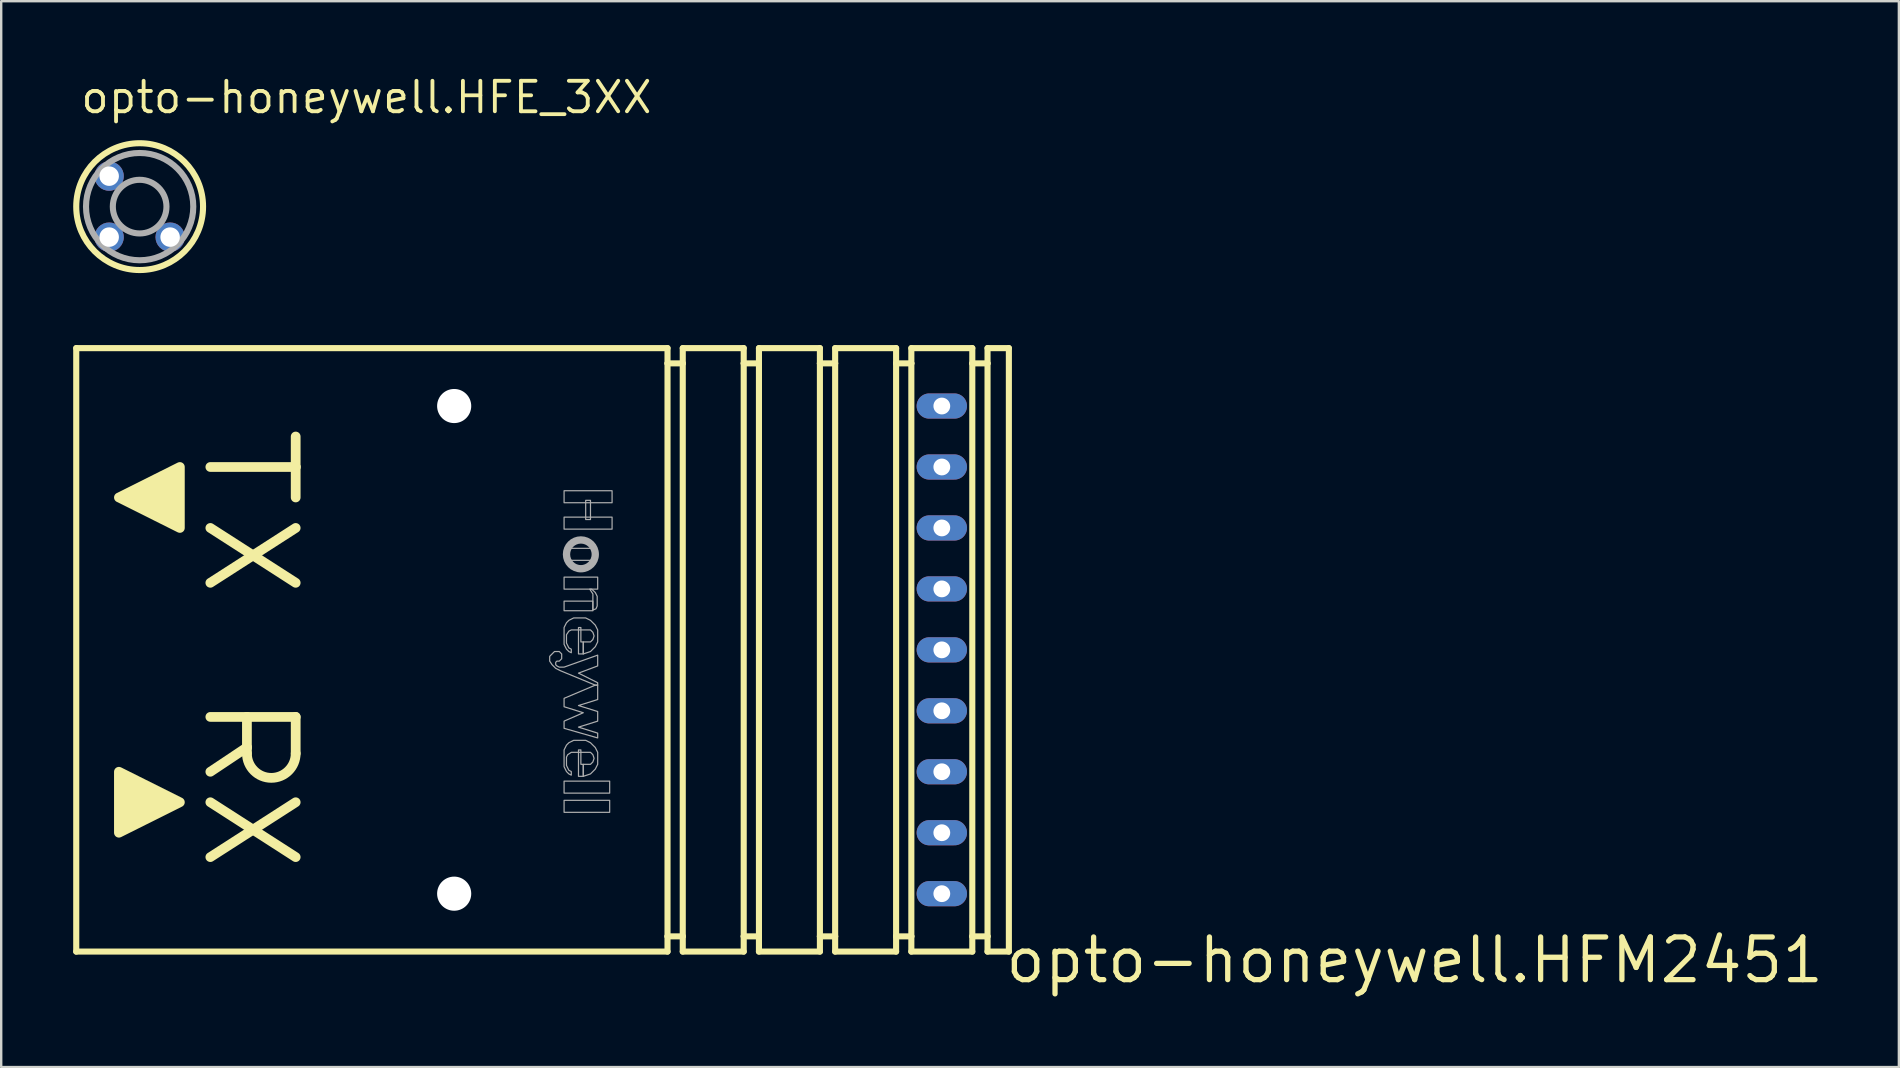
<source format=kicad_pcb>
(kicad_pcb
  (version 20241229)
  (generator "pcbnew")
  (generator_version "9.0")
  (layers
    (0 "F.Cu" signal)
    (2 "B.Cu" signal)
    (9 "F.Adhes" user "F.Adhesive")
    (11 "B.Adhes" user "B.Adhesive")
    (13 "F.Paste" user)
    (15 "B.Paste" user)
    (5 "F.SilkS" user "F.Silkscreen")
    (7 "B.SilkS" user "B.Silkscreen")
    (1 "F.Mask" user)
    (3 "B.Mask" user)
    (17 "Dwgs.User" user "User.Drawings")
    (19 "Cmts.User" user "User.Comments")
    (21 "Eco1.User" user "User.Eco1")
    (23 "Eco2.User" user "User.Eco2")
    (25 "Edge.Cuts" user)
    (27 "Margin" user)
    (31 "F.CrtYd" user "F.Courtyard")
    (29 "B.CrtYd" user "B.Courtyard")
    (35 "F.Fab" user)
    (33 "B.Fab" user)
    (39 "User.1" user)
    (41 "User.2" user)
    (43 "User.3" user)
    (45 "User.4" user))
  (footprint "opto-honeywell.HFE_3XX"
    (layer "F.Cu")
    (at 2.769 5.56)
    (property "Reference" "opto-honeywell.HFE_3XX" (at -2.54 -3.81 0) (layer "F.SilkS") (effects (font (size 1.27 1.27) (thickness 0.16)) (justify left bottom)))
    (attr through_hole)
    (fp_circle (center 0 0) (end 2.642 0) (stroke (width 0.254) (type default)) (fill no) (layer "F.SilkS"))
    (fp_circle (center 0 0) (end 1.118 0) (stroke (width 0.254) (type default)) (fill no) (layer "F.Fab"))
    (fp_circle (center 0 0) (end 2.235 0) (stroke (width 0.254) (type default)) (fill no) (layer "F.Fab"))
    (pad "1" thru_hole circle (at -1.27 -1.27) (size 1.219 1.219) (drill 0.813) (layers "*.Cu" "*.Mask"))
    (pad "2" thru_hole circle (at -1.27 1.27) (size 1.219 1.219) (drill 0.813) (layers "*.Cu" "*.Mask"))
    (pad "3" thru_hole circle (at 1.27 1.27) (size 1.219 1.219) (drill 0.813) (layers "*.Cu" "*.Mask")))
  (footprint "opto-honeywell.HFM2451"
    (layer "F.Cu")
    (at 20.955 24.029)
    (property "Reference" "opto-honeywell.HFM2451" (at 17.78 13.97 180) (layer "F.SilkS") (effects (font (size 1.778 1.778) (thickness 0.22)) (justify left bottom)))
    (attr through_hole)
    (fp_line (start -20.828 -12.573) (end 3.81 -12.573) (stroke (width 0.254) (type default)) (layer "F.SilkS"))
    (fp_line (start -20.828 12.573) (end -20.828 -12.573) (stroke (width 0.254) (type default)) (layer "F.SilkS"))
    (fp_line (start -15.24 2.794) (end -13.716 2.794) (stroke (width 0.406) (type default)) (layer "F.SilkS"))
    (fp_line (start -15.24 6.35) (end -11.684 8.636) (stroke (width 0.406) (type default)) (layer "F.SilkS"))
    (fp_line (start -13.716 2.794) (end -11.684 2.794) (stroke (width 0.406) (type default)) (layer "F.SilkS"))
    (fp_line (start -13.716 4.064) (end -15.24 5.08) (stroke (width 0.406) (type default)) (layer "F.SilkS"))
    (fp_line (start -13.716 4.064) (end -13.716 2.794) (stroke (width 0.406) (type default)) (layer "F.SilkS"))
    (fp_line (start -13.716 4.318) (end -13.716 4.064) (stroke (width 0.406) (type default)) (layer "F.SilkS"))
    (fp_line (start -11.684 -8.89) (end -11.684 -7.62) (stroke (width 0.406) (type default)) (layer "F.SilkS"))
    (fp_line (start -11.684 -7.62) (end -15.24 -7.62) (stroke (width 0.406) (type default)) (layer "F.SilkS"))
    (fp_line (start -11.684 -7.62) (end -11.684 -6.35) (stroke (width 0.406) (type default)) (layer "F.SilkS"))
    (fp_line (start -11.684 -5.08) (end -15.24 -2.794) (stroke (width 0.406) (type default)) (layer "F.SilkS"))
    (fp_line (start -11.684 -2.794) (end -15.24 -5.08) (stroke (width 0.406) (type default)) (layer "F.SilkS"))
    (fp_line (start -11.684 2.794) (end -11.684 4.318) (stroke (width 0.406) (type default)) (layer "F.SilkS"))
    (fp_line (start -11.684 6.35) (end -15.24 8.636) (stroke (width 0.406) (type default)) (layer "F.SilkS"))
    (fp_line (start 3.81 -12.573) (end 3.81 -11.938) (stroke (width 0.254) (type default)) (layer "F.SilkS"))
    (fp_line (start 3.81 -11.938) (end 3.81 11.938) (stroke (width 0.254) (type default)) (layer "F.SilkS"))
    (fp_line (start 3.81 -11.938) (end 4.445 -11.938) (stroke (width 0.254) (type default)) (layer "F.SilkS"))
    (fp_line (start 3.81 11.938) (end 3.81 12.573) (stroke (width 0.254) (type default)) (layer "F.SilkS"))
    (fp_line (start 3.81 12.573) (end -20.828 12.573) (stroke (width 0.254) (type default)) (layer "F.SilkS"))
    (fp_line (start 4.445 -12.573) (end 6.985 -12.573) (stroke (width 0.254) (type default)) (layer "F.SilkS"))
    (fp_line (start 4.445 -11.938) (end 4.445 -12.573) (stroke (width 0.254) (type default)) (layer "F.SilkS"))
    (fp_line (start 4.445 11.938) (end 3.81 11.938) (stroke (width 0.254) (type default)) (layer "F.SilkS"))
    (fp_line (start 4.445 11.938) (end 4.445 -11.938) (stroke (width 0.254) (type default)) (layer "F.SilkS"))
    (fp_line (start 4.445 12.573) (end 4.445 11.938) (stroke (width 0.254) (type default)) (layer "F.SilkS"))
    (fp_line (start 6.985 -12.573) (end 6.985 -11.938) (stroke (width 0.254) (type default)) (layer "F.SilkS"))
    (fp_line (start 6.985 -11.938) (end 6.985 11.938) (stroke (width 0.254) (type default)) (layer "F.SilkS"))
    (fp_line (start 6.985 -11.938) (end 7.62 -11.938) (stroke (width 0.254) (type default)) (layer "F.SilkS"))
    (fp_line (start 6.985 11.938) (end 6.985 12.573) (stroke (width 0.254) (type default)) (layer "F.SilkS"))
    (fp_line (start 6.985 12.573) (end 4.445 12.573) (stroke (width 0.254) (type default)) (layer "F.SilkS"))
    (fp_line (start 7.62 -12.573) (end 10.16 -12.573) (stroke (width 0.254) (type default)) (layer "F.SilkS"))
    (fp_line (start 7.62 -11.938) (end 7.62 -12.573) (stroke (width 0.254) (type default)) (layer "F.SilkS"))
    (fp_line (start 7.62 11.938) (end 6.985 11.938) (stroke (width 0.254) (type default)) (layer "F.SilkS"))
    (fp_line (start 7.62 11.938) (end 7.62 -11.938) (stroke (width 0.254) (type default)) (layer "F.SilkS"))
    (fp_line (start 7.62 12.573) (end 7.62 11.938) (stroke (width 0.254) (type default)) (layer "F.SilkS"))
    (fp_line (start 10.16 -12.573) (end 10.16 -11.938) (stroke (width 0.254) (type default)) (layer "F.SilkS"))
    (fp_line (start 10.16 -11.938) (end 10.16 11.938) (stroke (width 0.254) (type default)) (layer "F.SilkS"))
    (fp_line (start 10.16 -11.938) (end 10.795 -11.938) (stroke (width 0.254) (type default)) (layer "F.SilkS"))
    (fp_line (start 10.16 11.938) (end 10.16 12.573) (stroke (width 0.254) (type default)) (layer "F.SilkS"))
    (fp_line (start 10.16 12.573) (end 7.62 12.573) (stroke (width 0.254) (type default)) (layer "F.SilkS"))
    (fp_line (start 10.795 -12.573) (end 13.335 -12.573) (stroke (width 0.254) (type default)) (layer "F.SilkS"))
    (fp_line (start 10.795 -11.938) (end 10.795 -12.573) (stroke (width 0.254) (type default)) (layer "F.SilkS"))
    (fp_line (start 10.795 11.938) (end 10.16 11.938) (stroke (width 0.254) (type default)) (layer "F.SilkS"))
    (fp_line (start 10.795 11.938) (end 10.795 -11.938) (stroke (width 0.254) (type default)) (layer "F.SilkS"))
    (fp_line (start 10.795 12.573) (end 10.795 11.938) (stroke (width 0.254) (type default)) (layer "F.SilkS"))
    (fp_line (start 13.335 -12.573) (end 13.335 -11.938) (stroke (width 0.254) (type default)) (layer "F.SilkS"))
    (fp_line (start 13.335 -11.938) (end 13.335 11.938) (stroke (width 0.254) (type default)) (layer "F.SilkS"))
    (fp_line (start 13.335 -11.938) (end 13.97 -11.938) (stroke (width 0.254) (type default)) (layer "F.SilkS"))
    (fp_line (start 13.335 11.938) (end 13.335 12.573) (stroke (width 0.254) (type default)) (layer "F.SilkS"))
    (fp_line (start 13.335 12.573) (end 10.795 12.573) (stroke (width 0.254) (type default)) (layer "F.SilkS"))
    (fp_line (start 13.97 -12.573) (end 16.51 -12.573) (stroke (width 0.254) (type default)) (layer "F.SilkS"))
    (fp_line (start 13.97 -11.938) (end 13.97 -12.573) (stroke (width 0.254) (type default)) (layer "F.SilkS"))
    (fp_line (start 13.97 11.938) (end 13.335 11.938) (stroke (width 0.254) (type default)) (layer "F.SilkS"))
    (fp_line (start 13.97 11.938) (end 13.97 -11.938) (stroke (width 0.254) (type default)) (layer "F.SilkS"))
    (fp_line (start 13.97 12.573) (end 13.97 11.938) (stroke (width 0.254) (type default)) (layer "F.SilkS"))
    (fp_line (start 16.51 -12.573) (end 16.51 -11.938) (stroke (width 0.254) (type default)) (layer "F.SilkS"))
    (fp_line (start 16.51 -11.938) (end 16.51 11.938) (stroke (width 0.254) (type default)) (layer "F.SilkS"))
    (fp_line (start 16.51 -11.938) (end 17.145 -11.938) (stroke (width 0.254) (type default)) (layer "F.SilkS"))
    (fp_line (start 16.51 11.938) (end 16.51 12.573) (stroke (width 0.254) (type default)) (layer "F.SilkS"))
    (fp_line (start 16.51 12.573) (end 13.97 12.573) (stroke (width 0.254) (type default)) (layer "F.SilkS"))
    (fp_line (start 17.145 -12.573) (end 18.034 -12.573) (stroke (width 0.254) (type default)) (layer "F.SilkS"))
    (fp_line (start 17.145 -11.938) (end 17.145 -12.573) (stroke (width 0.254) (type default)) (layer "F.SilkS"))
    (fp_line (start 17.145 11.938) (end 16.51 11.938) (stroke (width 0.254) (type default)) (layer "F.SilkS"))
    (fp_line (start 17.145 11.938) (end 17.145 -11.938) (stroke (width 0.254) (type default)) (layer "F.SilkS"))
    (fp_line (start 17.145 12.573) (end 17.145 11.938) (stroke (width 0.254) (type default)) (layer "F.SilkS"))
    (fp_line (start 18.034 -12.573) (end 18.034 12.573) (stroke (width 0.254) (type default)) (layer "F.SilkS"))
    (fp_line (start 18.034 12.573) (end 17.145 12.573) (stroke (width 0.254) (type default)) (layer "F.SilkS"))
    (fp_arc (start -11.684 4.318) (mid -12.7 5.334) (end -13.716 4.318) (stroke (width 0.4064) (type default)) (layer "F.SilkS"))
    (fp_poly (pts (xy -19.05 7.62) (xy -16.51 6.35) (xy -19.05 5.08)) (stroke (width 0.406) (type default)) (fill yes) (layer "F.SilkS"))
    (fp_poly (pts (xy -16.51 -7.62) (xy -19.05 -6.35) (xy -16.51 -5.08)) (stroke (width 0.406) (type default)) (fill yes) (layer "F.SilkS"))
    (fp_rect (start -0.5 -6.13) (end 1.5 -6.63) (stroke (width 0.05) (type default)) (fill no) (layer "F.Fab"))
    (fp_rect (start -0.5 -5.03) (end 1.5 -5.53) (stroke (width 0.05) (type default)) (fill no) (layer "F.Fab"))
    (fp_rect (start -0.5 -2.53) (end 0.9 -3.03) (stroke (width 0.05) (type default)) (fill no) (layer "F.Fab"))
    (fp_rect (start -0.5 -1.63) (end 0.7 -2.03) (stroke (width 0.05) (type default)) (fill no) (layer "F.Fab"))
    (fp_rect (start -0.5 5.97) (end 1.4 5.47) (stroke (width 0.05) (type default)) (fill no) (layer "F.Fab"))
    (fp_rect (start -0.5 6.77) (end 1.4 6.27) (stroke (width 0.05) (type default)) (fill no) (layer "F.Fab"))
    (fp_rect (start -0.25 -4.23) (end 0.65 -4.48) (stroke (width 0.05) (type default)) (fill no) (layer "F.Fab"))
    (fp_rect (start -0.25 -3.48) (end 0.65 -3.73) (stroke (width 0.05) (type default)) (fill no) (layer "F.Fab"))
    (fp_rect (start 0.4 -5.43) (end 0.6 -6.23) (stroke (width 0.05) (type default)) (fill no) (layer "F.Fab"))
    (fp_circle (center 0.2 -3.98) (end 0.8 -3.98) (stroke (width 0.305) (type default)) (fill no) (layer "F.Fab"))
    (fp_poly (pts (xy 0.1 0.17) (xy 0.3 0.17) (xy 0.3 -0.33) (xy 0.2 -0.33) (xy 0.2 -0.93) (xy 0.1 -0.93)) (stroke (width 0.05) (type default)) (fill no) (layer "F.Fab"))
    (fp_poly (pts (xy 0.1 5.27) (xy 0.3 5.27) (xy 0.3 4.77) (xy 0.2 4.77) (xy 0.2 4.17) (xy 0.1 4.17)) (stroke (width 0.05) (type default)) (fill no) (layer "F.Fab"))
    (fp_poly (pts (xy 0.57 -2.53) (xy 0.7 -2.33) (xy 0.7 -1.66) (xy 0.83 -1.71) (xy 0.88 -1.83) (xy 0.88 -2.23) (xy 0.8 -2.39) (xy 0.65 -2.53)) (stroke (width 0.05) (type default)) (fill no) (layer "F.Fab"))
    (fp_poly (pts (xy 0.9 1.47) (xy 0.8 1.47) (xy -0.5 2.02) (xy -0.5 2.37) (xy 0.3 2.62) (xy -0.5 2.97) (xy -0.5 3.27) (xy 0.9 3.67) (xy 0.9 3.47) (xy 0.1 3.22) (xy 0.9 2.97) (xy 0.9 2.57) (xy 0.1 2.32) (xy 0.9 2.07)) (stroke (width 0.05) (type default)) (fill no) (layer "F.Fab"))
    (fp_poly (pts (xy 0.9 0.22) (xy -0.5 0.72) (xy -0.7 0.72) (xy -0.8 0.67) (xy -0.85 0.62) (xy -0.85 0.52) (xy -0.8 0.47) (xy -0.7 0.47) (xy -0.6 0.37) (xy -0.6 0.17) (xy -0.7 0.07) (xy -0.9 0.07) (xy -1.1 0.27) (xy -1.1 0.47) (xy -1 0.62) (xy -0.85 0.77) (xy -0.65 0.87) (xy 0.8 1.47) (xy 0.9 1.47) (xy 0.9 1.37) (xy 0.1 0.97) (xy 0.9 0.67)) (stroke (width 0.05) (type default)) (fill no) (layer "F.Fab"))
    (fp_poly (pts (xy 0.3 0.17) (xy 0.6 0.07) (xy 0.8 -0.13) (xy 0.9 -0.33) (xy 0.9 -0.83) (xy 0.8 -1.03) (xy 0.6 -1.23) (xy 0.4 -1.33) (xy -0.1 -1.33) (xy -0.3 -1.23) (xy -0.4 -1.13) (xy -0.5 -0.93) (xy -0.5 -0.23) (xy -0.4 -0.03) (xy -0.3 0.07) (xy -0.2 0.12) (xy -0.2 -0.03) (xy -0.3 -0.08) (xy -0.4 -0.28) (xy -0.4 -0.63) (xy -0.3 -0.78) (xy -0.2 -0.83) (xy 0.6 -0.83) (xy 0.7 -0.73) (xy 0.75 -0.58) (xy 0.7 -0.43) (xy 0.6 -0.33) (xy 0.3 -0.33)) (stroke (width 0.05) (type default)) (fill no) (layer "F.Fab"))
    (fp_poly (pts (xy 0.3 5.27) (xy 0.6 5.17) (xy 0.8 4.97) (xy 0.9 4.77) (xy 0.9 4.27) (xy 0.8 4.07) (xy 0.6 3.87) (xy 0.4 3.77) (xy -0.1 3.77) (xy -0.3 3.87) (xy -0.4 3.97) (xy -0.5 4.17) (xy -0.5 4.87) (xy -0.4 5.07) (xy -0.3 5.17) (xy -0.2 5.22) (xy -0.2 5.07) (xy -0.3 5.02) (xy -0.4 4.82) (xy -0.4 4.47) (xy -0.35 4.37) (xy -0.2 4.27) (xy 0.6 4.27) (xy 0.7 4.37) (xy 0.75 4.52) (xy 0.7 4.67) (xy 0.6 4.77) (xy 0.3 4.77)) (stroke (width 0.05) (type default)) (fill no) (layer "F.Fab"))
    (pad "" np_thru_hole circle (at -5.08 -10.16) (size 1.422 1.422) (drill 1.422) (layers "*.Cu" "*.Mask"))
    (pad "" np_thru_hole circle (at -5.08 10.16) (size 1.422 1.422) (drill 1.422) (layers "*.Cu" "*.Mask"))
    (pad "1" thru_hole oval (at 15.24 10.16) (size 2.1 1.05) (drill 0.7) (layers "*.Cu" "*.Mask"))
    (pad "2" thru_hole oval (at 15.24 7.62) (size 2.1 1.05) (drill 0.7) (layers "*.Cu" "*.Mask"))
    (pad "3" thru_hole oval (at 15.24 5.08) (size 2.1 1.05) (drill 0.7) (layers "*.Cu" "*.Mask"))
    (pad "4" thru_hole oval (at 15.24 2.54) (size 2.1 1.05) (drill 0.7) (layers "*.Cu" "*.Mask"))
    (pad "5" thru_hole oval (at 15.24 0) (size 2.1 1.05) (drill 0.7) (layers "*.Cu" "*.Mask"))
    (pad "6" thru_hole oval (at 15.24 -2.54) (size 2.1 1.05) (drill 0.7) (layers "*.Cu" "*.Mask"))
    (pad "7" thru_hole oval (at 15.24 -5.08) (size 2.1 1.05) (drill 0.7) (layers "*.Cu" "*.Mask"))
    (pad "8" thru_hole oval (at 15.24 -7.62) (size 2.1 1.05) (drill 0.7) (layers "*.Cu" "*.Mask"))
    (pad "9" thru_hole oval (at 15.24 -10.16) (size 2.1 1.05) (drill 0.7) (layers "*.Cu" "*.Mask")))
  (gr_rect
    (start -3 -3)
    (end 76.075 41.414)
    (stroke (width 0.1) (type default))
    (fill no)
    (layer "Edge.Cuts")))
</source>
